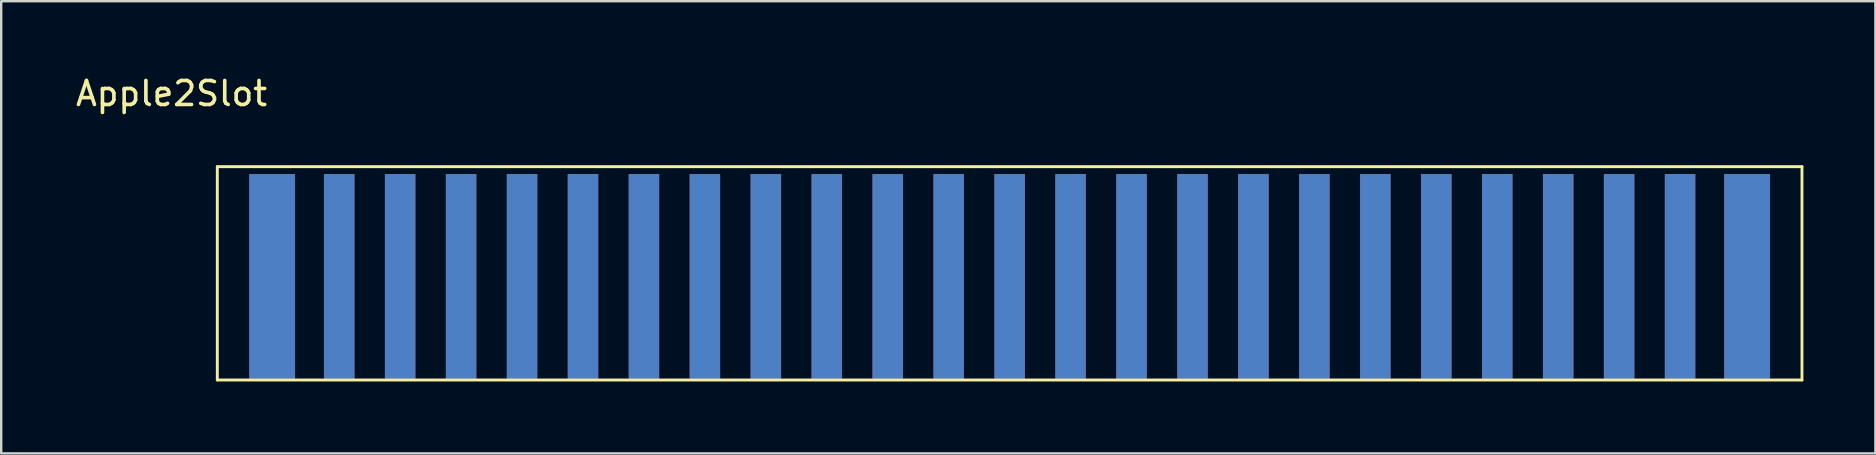
<source format=kicad_pcb>
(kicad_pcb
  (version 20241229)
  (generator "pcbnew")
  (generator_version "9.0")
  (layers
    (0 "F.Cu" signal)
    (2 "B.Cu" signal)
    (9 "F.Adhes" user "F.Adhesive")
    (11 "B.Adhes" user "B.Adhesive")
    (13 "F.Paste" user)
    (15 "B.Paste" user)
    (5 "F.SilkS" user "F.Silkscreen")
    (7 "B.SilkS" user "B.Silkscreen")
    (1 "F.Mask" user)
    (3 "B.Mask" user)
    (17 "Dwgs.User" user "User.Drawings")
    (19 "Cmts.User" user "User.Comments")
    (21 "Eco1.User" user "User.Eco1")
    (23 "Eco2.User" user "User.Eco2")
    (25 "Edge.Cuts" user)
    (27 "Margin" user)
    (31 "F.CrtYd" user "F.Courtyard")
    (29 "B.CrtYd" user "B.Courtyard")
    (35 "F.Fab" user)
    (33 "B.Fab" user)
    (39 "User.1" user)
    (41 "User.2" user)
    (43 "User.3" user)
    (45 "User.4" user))
  (footprint "Apple2Slot"
    (layer "F.Cu")
    (at 7.276 3.388)
    (property "Reference" "Apple2Slot" (at -3.175 -2.54 0) (layer "F.SilkS") (effects (font (size 1 1) (thickness 0.15))))
    (attr through_hole)
    (fp_line (start -1.27 0.508) (end 64.77 0.508) (stroke (width 0.12) (type solid)) (layer "F.SilkS"))
    (fp_line (start -1.27 9.398) (end -1.27 0.508) (stroke (width 0.12) (type solid)) (layer "F.SilkS"))
    (fp_line (start 64.77 0.508) (end 64.77 9.398) (stroke (width 0.12) (type solid)) (layer "F.SilkS"))
    (fp_line (start 64.77 9.398) (end -1.27 9.398) (stroke (width 0.12) (type solid)) (layer "F.SilkS"))
    (pad "1" smd rect (at 1.016 5.08) (size 1.9 8.53) (layers "F.Cu" "F.Mask" "B.Paste"))
    (pad "2" smd rect (at 3.81 5.08) (size 1.27 8.53) (layers "F.Cu" "F.Mask" "F.Paste"))
    (pad "3" smd rect (at 6.35 5.08) (size 1.27 8.53) (layers "F.Cu" "F.Mask" "F.Paste"))
    (pad "4" smd rect (at 8.89 5.08) (size 1.27 8.53) (layers "F.Cu" "F.Mask" "F.Paste"))
    (pad "5" smd rect (at 11.43 5.08) (size 1.27 8.53) (layers "F.Cu" "F.Mask" "F.Paste"))
    (pad "6" smd rect (at 13.97 5.08) (size 1.27 8.53) (layers "F.Cu" "F.Mask" "F.Paste"))
    (pad "7" smd rect (at 16.51 5.08) (size 1.27 8.53) (layers "F.Cu" "F.Mask" "F.Paste"))
    (pad "8" smd rect (at 19.05 5.08) (size 1.27 8.53) (layers "F.Cu" "F.Mask" "F.Paste"))
    (pad "9" smd rect (at 21.59 5.08) (size 1.27 8.53) (layers "F.Cu" "F.Mask" "F.Paste"))
    (pad "10" smd rect (at 24.13 5.08) (size 1.27 8.53) (layers "F.Cu" "F.Mask" "F.Paste"))
    (pad "11" smd rect (at 26.67 5.08) (size 1.27 8.53) (layers "F.Cu" "F.Mask" "F.Paste"))
    (pad "12" smd rect (at 29.21 5.08) (size 1.27 8.53) (layers "F.Cu" "F.Mask" "F.Paste"))
    (pad "13" smd rect (at 31.75 5.08) (size 1.27 8.53) (layers "F.Cu" "F.Mask" "F.Paste"))
    (pad "14" smd rect (at 34.29 5.08) (size 1.27 8.53) (layers "F.Cu" "F.Mask" "F.Paste"))
    (pad "15" smd rect (at 36.83 5.08) (size 1.27 8.53) (layers "F.Cu" "F.Mask" "F.Paste"))
    (pad "16" smd rect (at 39.37 5.08) (size 1.27 8.53) (layers "F.Cu" "F.Mask" "F.Paste"))
    (pad "17" smd rect (at 41.91 5.08) (size 1.27 8.53) (layers "F.Cu" "F.Mask" "F.Paste"))
    (pad "18" smd rect (at 44.45 5.08) (size 1.27 8.53) (layers "F.Cu" "F.Mask" "F.Paste"))
    (pad "19" smd rect (at 46.99 5.08) (size 1.27 8.53) (layers "F.Cu" "F.Mask" "F.Paste"))
    (pad "20" smd rect (at 49.53 5.08) (size 1.27 8.53) (layers "F.Cu" "F.Mask" "F.Paste"))
    (pad "21" smd rect (at 52.07 5.08) (size 1.27 8.53) (layers "F.Cu" "F.Mask" "F.Paste"))
    (pad "22" smd rect (at 54.61 5.08) (size 1.27 8.53) (layers "F.Cu" "F.Mask" "F.Paste"))
    (pad "23" smd rect (at 57.15 5.08) (size 1.27 8.53) (layers "F.Cu" "F.Mask" "F.Paste"))
    (pad "24" smd rect (at 59.69 5.08) (size 1.27 8.53) (layers "F.Cu" "F.Mask" "F.Paste"))
    (pad "25" smd rect (at 62.484 5.08) (size 1.91 8.53) (layers "F.Cu" "F.Mask" "F.Paste"))
    (pad "26" smd rect (at 62.484 5.08) (size 1.91 8.53) (layers "B.Cu" "B.Mask" "B.Paste"))
    (pad "27" smd rect (at 59.69 5.08) (size 1.27 8.53) (layers "B.Cu" "B.Mask" "B.Paste"))
    (pad "28" smd rect (at 57.15 5.08) (size 1.27 8.53) (layers "B.Cu" "B.Mask" "B.Paste"))
    (pad "29" smd rect (at 54.61 5.08) (size 1.27 8.53) (layers "B.Cu" "B.Mask" "B.Paste"))
    (pad "30" smd rect (at 52.07 5.08) (size 1.27 8.53) (layers "B.Cu" "B.Mask" "B.Paste"))
    (pad "31" smd rect (at 49.53 5.08) (size 1.27 8.53) (layers "B.Cu" "B.Mask" "B.Paste"))
    (pad "32" smd rect (at 46.99 5.08) (size 1.27 8.53) (layers "B.Cu" "B.Mask" "B.Paste"))
    (pad "33" smd rect (at 44.45 5.08) (size 1.27 8.53) (layers "B.Cu" "B.Mask" "B.Paste"))
    (pad "34" smd rect (at 41.91 5.08) (size 1.27 8.53) (layers "B.Cu" "B.Mask" "B.Paste"))
    (pad "35" smd rect (at 39.37 5.08) (size 1.27 8.53) (layers "B.Cu" "B.Mask" "B.Paste"))
    (pad "36" smd rect (at 36.83 5.08) (size 1.27 8.53) (layers "B.Cu" "B.Mask" "B.Paste"))
    (pad "37" smd rect (at 34.29 5.08) (size 1.27 8.53) (layers "B.Cu" "B.Mask" "B.Paste"))
    (pad "38" smd rect (at 31.75 5.08) (size 1.27 8.53) (layers "B.Cu" "B.Mask" "B.Paste"))
    (pad "39" smd rect (at 29.21 5.08) (size 1.27 8.53) (layers "B.Cu" "B.Mask" "B.Paste"))
    (pad "40" smd rect (at 26.67 5.08) (size 1.27 8.53) (layers "B.Cu" "B.Mask" "B.Paste"))
    (pad "41" smd rect (at 24.13 5.08) (size 1.27 8.53) (layers "B.Cu" "B.Mask" "B.Paste"))
    (pad "42" smd rect (at 21.59 5.08) (size 1.27 8.53) (layers "B.Cu" "B.Mask" "B.Paste"))
    (pad "43" smd rect (at 19.05 5.08) (size 1.27 8.53) (layers "B.Cu" "B.Mask" "B.Paste"))
    (pad "44" smd rect (at 16.51 5.08) (size 1.27 8.53) (layers "B.Cu" "B.Mask" "B.Paste"))
    (pad "45" smd rect (at 13.97 5.08) (size 1.27 8.53) (layers "B.Cu" "B.Mask" "B.Paste"))
    (pad "46" smd rect (at 11.43 5.08) (size 1.27 8.53) (layers "B.Cu" "B.Mask" "B.Paste"))
    (pad "47" smd rect (at 8.89 5.08) (size 1.27 8.53) (layers "B.Cu" "B.Mask" "B.Paste"))
    (pad "48" smd rect (at 6.35 5.08) (size 1.27 8.53) (layers "B.Cu" "B.Mask" "B.Paste"))
    (pad "49" smd rect (at 3.81 5.08) (size 1.27 8.53) (layers "B.Cu" "B.Mask" "B.Paste"))
    (pad "50" smd rect (at 1.016 5.08) (size 1.91 8.53) (layers "B.Cu" "B.Mask" "F.Paste")))
  (gr_rect
    (start -3 -3)
    (end 75.106 15.846)
    (stroke (width 0.1) (type default))
    (fill no)
    (layer "Edge.Cuts")))
</source>
